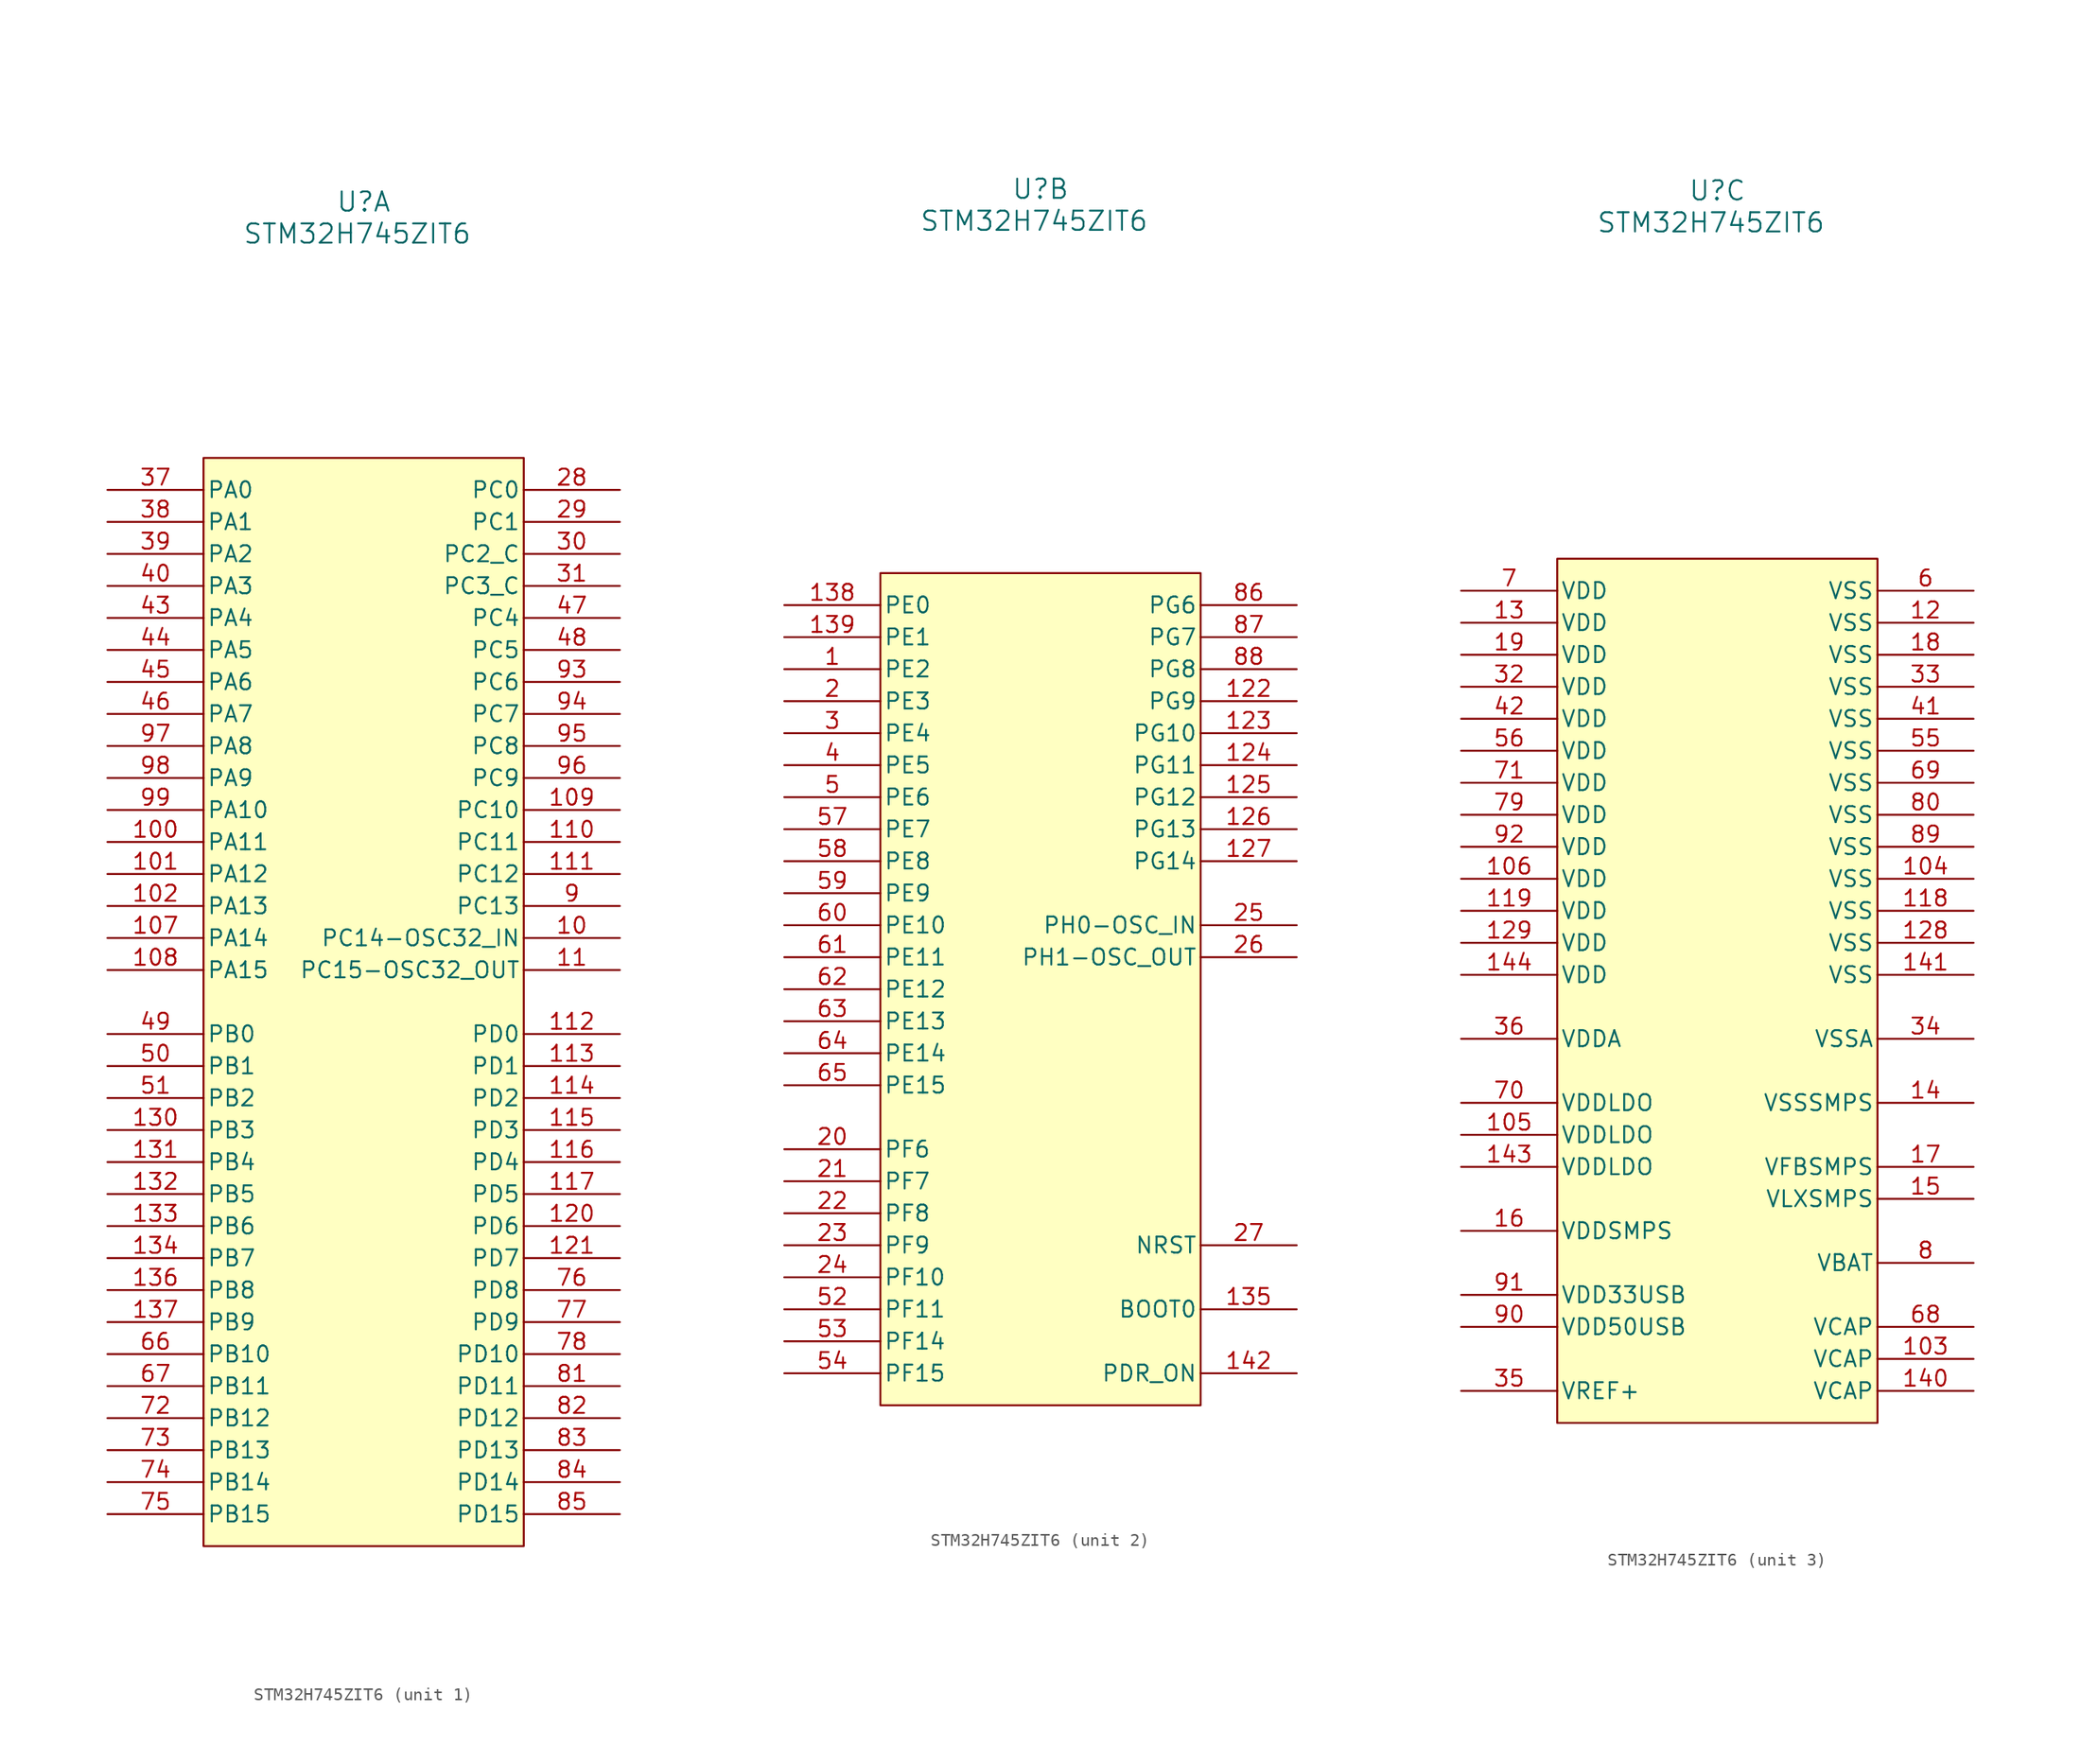
<source format=kicad_sym>
(kicad_symbol_lib
  (version 20241209)
  (generator "kicad_symbol_editor")
  (generator_version "9.0")
  (symbol "STM32H745ZIT6"
    (pin_names
      (offset 0.254))
    (property "Reference" "U"
      (at 0 63.5 0)
      (do_not_autoplace)
      (effects (font (size 1.524 1.524))))
    (property "Value" "STM32H745ZIT6"
      (at -0.508 60.96 0)
      (do_not_autoplace)
      (effects (font (size 1.524 1.524))))
    (property "Manufacturer" ""
      (at 0 0 0)
      (effects (font (size 1.27 1.27))))
    (property "MPN" ""
      (at 0 0 0)
      (effects (font (size 1.27 1.27))))
    (property "DKPN" ""
      (at 0 0 0)
      (effects (font (size 1.27 1.27))))
    (property "ki_locked" ""
      (at 0 0 0)
      (effects (font (size 1.27 1.27))))
    (symbol "STM32H745ZIT6_1_1"
      (rectangle (start -12.7 43.18) (end 12.7 -43.18) (stroke (width 0) (type default)) (fill (type background)))
      (pin bidirectional line (at -20.32 40.64 0) (length 7.62) (name "PA0" (effects (font (size 1.27 1.27)))) (number "37" (effects (font (size 1.27 1.27)))))
      (pin bidirectional line (at -20.32 38.1 0) (length 7.62) (name "PA1" (effects (font (size 1.27 1.27)))) (number "38" (effects (font (size 1.27 1.27)))))
      (pin bidirectional line (at -20.32 35.56 0) (length 7.62) (name "PA2" (effects (font (size 1.27 1.27)))) (number "39" (effects (font (size 1.27 1.27)))))
      (pin bidirectional line (at -20.32 33.02 0) (length 7.62) (name "PA3" (effects (font (size 1.27 1.27)))) (number "40" (effects (font (size 1.27 1.27)))))
      (pin bidirectional line (at -20.32 30.48 0) (length 7.62) (name "PA4" (effects (font (size 1.27 1.27)))) (number "43" (effects (font (size 1.27 1.27)))))
      (pin bidirectional line (at -20.32 27.94 0) (length 7.62) (name "PA5" (effects (font (size 1.27 1.27)))) (number "44" (effects (font (size 1.27 1.27)))))
      (pin bidirectional line (at -20.32 25.4 0) (length 7.62) (name "PA6" (effects (font (size 1.27 1.27)))) (number "45" (effects (font (size 1.27 1.27)))))
      (pin bidirectional line (at -20.32 22.86 0) (length 7.62) (name "PA7" (effects (font (size 1.27 1.27)))) (number "46" (effects (font (size 1.27 1.27)))))
      (pin bidirectional line (at -20.32 20.32 0) (length 7.62) (name "PA8" (effects (font (size 1.27 1.27)))) (number "97" (effects (font (size 1.27 1.27)))))
      (pin bidirectional line (at -20.32 17.78 0) (length 7.62) (name "PA9" (effects (font (size 1.27 1.27)))) (number "98" (effects (font (size 1.27 1.27)))))
      (pin bidirectional line (at -20.32 15.24 0) (length 7.62) (name "PA10" (effects (font (size 1.27 1.27)))) (number "99" (effects (font (size 1.27 1.27)))))
      (pin bidirectional line (at -20.32 12.7 0) (length 7.62) (name "PA11" (effects (font (size 1.27 1.27)))) (number "100" (effects (font (size 1.27 1.27)))))
      (pin bidirectional line (at -20.32 10.16 0) (length 7.62) (name "PA12" (effects (font (size 1.27 1.27)))) (number "101" (effects (font (size 1.27 1.27)))))
      (pin bidirectional line (at -20.32 7.62 0) (length 7.62) (name "PA13" (effects (font (size 1.27 1.27)))) (number "102" (effects (font (size 1.27 1.27)))))
      (pin bidirectional line (at -20.32 5.08 0) (length 7.62) (name "PA14" (effects (font (size 1.27 1.27)))) (number "107" (effects (font (size 1.27 1.27)))))
      (pin bidirectional line (at -20.32 2.54 0) (length 7.62) (name "PA15" (effects (font (size 1.27 1.27)))) (number "108" (effects (font (size 1.27 1.27)))))
      (pin bidirectional line (at -20.32 -2.54 0) (length 7.62) (name "PB0" (effects (font (size 1.27 1.27)))) (number "49" (effects (font (size 1.27 1.27)))))
      (pin bidirectional line (at -20.32 -5.08 0) (length 7.62) (name "PB1" (effects (font (size 1.27 1.27)))) (number "50" (effects (font (size 1.27 1.27)))))
      (pin bidirectional line (at -20.32 -7.62 0) (length 7.62) (name "PB2" (effects (font (size 1.27 1.27)))) (number "51" (effects (font (size 1.27 1.27)))))
      (pin bidirectional line (at -20.32 -10.16 0) (length 7.62) (name "PB3" (effects (font (size 1.27 1.27)))) (number "130" (effects (font (size 1.27 1.27)))))
      (pin bidirectional line (at -20.32 -12.7 0) (length 7.62) (name "PB4" (effects (font (size 1.27 1.27)))) (number "131" (effects (font (size 1.27 1.27)))))
      (pin bidirectional line (at -20.32 -15.24 0) (length 7.62) (name "PB5" (effects (font (size 1.27 1.27)))) (number "132" (effects (font (size 1.27 1.27)))))
      (pin bidirectional line (at -20.32 -17.78 0) (length 7.62) (name "PB6" (effects (font (size 1.27 1.27)))) (number "133" (effects (font (size 1.27 1.27)))))
      (pin bidirectional line (at -20.32 -20.32 0) (length 7.62) (name "PB7" (effects (font (size 1.27 1.27)))) (number "134" (effects (font (size 1.27 1.27)))))
      (pin bidirectional line (at -20.32 -22.86 0) (length 7.62) (name "PB8" (effects (font (size 1.27 1.27)))) (number "136" (effects (font (size 1.27 1.27)))))
      (pin bidirectional line (at -20.32 -25.4 0) (length 7.62) (name "PB9" (effects (font (size 1.27 1.27)))) (number "137" (effects (font (size 1.27 1.27)))))
      (pin bidirectional line (at -20.32 -27.94 0) (length 7.62) (name "PB10" (effects (font (size 1.27 1.27)))) (number "66" (effects (font (size 1.27 1.27)))))
      (pin bidirectional line (at -20.32 -30.48 0) (length 7.62) (name "PB11" (effects (font (size 1.27 1.27)))) (number "67" (effects (font (size 1.27 1.27)))))
      (pin bidirectional line (at -20.32 -33.02 0) (length 7.62) (name "PB12" (effects (font (size 1.27 1.27)))) (number "72" (effects (font (size 1.27 1.27)))))
      (pin bidirectional line (at -20.32 -35.56 0) (length 7.62) (name "PB13" (effects (font (size 1.27 1.27)))) (number "73" (effects (font (size 1.27 1.27)))))
      (pin bidirectional line (at -20.32 -38.1 0) (length 7.62) (name "PB14" (effects (font (size 1.27 1.27)))) (number "74" (effects (font (size 1.27 1.27)))))
      (pin bidirectional line (at -20.32 -40.64 0) (length 7.62) (name "PB15" (effects (font (size 1.27 1.27)))) (number "75" (effects (font (size 1.27 1.27)))))
      (pin bidirectional line (at 20.32 40.64 180) (length 7.62) (name "PC0" (effects (font (size 1.27 1.27)))) (number "28" (effects (font (size 1.27 1.27)))))
      (pin bidirectional line (at 20.32 38.1 180) (length 7.62) (name "PC1" (effects (font (size 1.27 1.27)))) (number "29" (effects (font (size 1.27 1.27)))))
      (pin bidirectional line (at 20.32 35.56 180) (length 7.62) (name "PC2_C" (effects (font (size 1.27 1.27)))) (number "30" (effects (font (size 1.27 1.27)))))
      (pin bidirectional line (at 20.32 33.02 180) (length 7.62) (name "PC3_C" (effects (font (size 1.27 1.27)))) (number "31" (effects (font (size 1.27 1.27)))))
      (pin bidirectional line (at 20.32 30.48 180) (length 7.62) (name "PC4" (effects (font (size 1.27 1.27)))) (number "47" (effects (font (size 1.27 1.27)))))
      (pin bidirectional line (at 20.32 27.94 180) (length 7.62) (name "PC5" (effects (font (size 1.27 1.27)))) (number "48" (effects (font (size 1.27 1.27)))))
      (pin bidirectional line (at 20.32 25.4 180) (length 7.62) (name "PC6" (effects (font (size 1.27 1.27)))) (number "93" (effects (font (size 1.27 1.27)))))
      (pin bidirectional line (at 20.32 22.86 180) (length 7.62) (name "PC7" (effects (font (size 1.27 1.27)))) (number "94" (effects (font (size 1.27 1.27)))))
      (pin bidirectional line (at 20.32 20.32 180) (length 7.62) (name "PC8" (effects (font (size 1.27 1.27)))) (number "95" (effects (font (size 1.27 1.27)))))
      (pin bidirectional line (at 20.32 17.78 180) (length 7.62) (name "PC9" (effects (font (size 1.27 1.27)))) (number "96" (effects (font (size 1.27 1.27)))))
      (pin bidirectional line (at 20.32 15.24 180) (length 7.62) (name "PC10" (effects (font (size 1.27 1.27)))) (number "109" (effects (font (size 1.27 1.27)))))
      (pin bidirectional line (at 20.32 12.7 180) (length 7.62) (name "PC11" (effects (font (size 1.27 1.27)))) (number "110" (effects (font (size 1.27 1.27)))))
      (pin bidirectional line (at 20.32 10.16 180) (length 7.62) (name "PC12" (effects (font (size 1.27 1.27)))) (number "111" (effects (font (size 1.27 1.27)))))
      (pin bidirectional line (at 20.32 7.62 180) (length 7.62) (name "PC13" (effects (font (size 1.27 1.27)))) (number "9" (effects (font (size 1.27 1.27)))))
      (pin bidirectional line (at 20.32 5.08 180) (length 7.62) (name "PC14-OSC32_IN" (effects (font (size 1.27 1.27)))) (number "10" (effects (font (size 1.27 1.27)))))
      (pin bidirectional line (at 20.32 2.54 180) (length 7.62) (name "PC15-OSC32_OUT" (effects (font (size 1.27 1.27)))) (number "11" (effects (font (size 1.27 1.27)))))
      (pin bidirectional line (at 20.32 -2.54 180) (length 7.62) (name "PD0" (effects (font (size 1.27 1.27)))) (number "112" (effects (font (size 1.27 1.27)))))
      (pin bidirectional line (at 20.32 -5.08 180) (length 7.62) (name "PD1" (effects (font (size 1.27 1.27)))) (number "113" (effects (font (size 1.27 1.27)))))
      (pin bidirectional line (at 20.32 -7.62 180) (length 7.62) (name "PD2" (effects (font (size 1.27 1.27)))) (number "114" (effects (font (size 1.27 1.27)))))
      (pin bidirectional line (at 20.32 -10.16 180) (length 7.62) (name "PD3" (effects (font (size 1.27 1.27)))) (number "115" (effects (font (size 1.27 1.27)))))
      (pin bidirectional line (at 20.32 -12.7 180) (length 7.62) (name "PD4" (effects (font (size 1.27 1.27)))) (number "116" (effects (font (size 1.27 1.27)))))
      (pin bidirectional line (at 20.32 -15.24 180) (length 7.62) (name "PD5" (effects (font (size 1.27 1.27)))) (number "117" (effects (font (size 1.27 1.27)))))
      (pin bidirectional line (at 20.32 -17.78 180) (length 7.62) (name "PD6" (effects (font (size 1.27 1.27)))) (number "120" (effects (font (size 1.27 1.27)))))
      (pin bidirectional line (at 20.32 -20.32 180) (length 7.62) (name "PD7" (effects (font (size 1.27 1.27)))) (number "121" (effects (font (size 1.27 1.27)))))
      (pin bidirectional line (at 20.32 -22.86 180) (length 7.62) (name "PD8" (effects (font (size 1.27 1.27)))) (number "76" (effects (font (size 1.27 1.27)))))
      (pin bidirectional line (at 20.32 -25.4 180) (length 7.62) (name "PD9" (effects (font (size 1.27 1.27)))) (number "77" (effects (font (size 1.27 1.27)))))
      (pin bidirectional line (at 20.32 -27.94 180) (length 7.62) (name "PD10" (effects (font (size 1.27 1.27)))) (number "78" (effects (font (size 1.27 1.27)))))
      (pin bidirectional line (at 20.32 -30.48 180) (length 7.62) (name "PD11" (effects (font (size 1.27 1.27)))) (number "81" (effects (font (size 1.27 1.27)))))
      (pin bidirectional line (at 20.32 -33.02 180) (length 7.62) (name "PD12" (effects (font (size 1.27 1.27)))) (number "82" (effects (font (size 1.27 1.27)))))
      (pin bidirectional line (at 20.32 -35.56 180) (length 7.62) (name "PD13" (effects (font (size 1.27 1.27)))) (number "83" (effects (font (size 1.27 1.27)))))
      (pin bidirectional line (at 20.32 -38.1 180) (length 7.62) (name "PD14" (effects (font (size 1.27 1.27)))) (number "84" (effects (font (size 1.27 1.27)))))
      (pin bidirectional line (at 20.32 -40.64 180) (length 7.62) (name "PD15" (effects (font (size 1.27 1.27)))) (number "85" (effects (font (size 1.27 1.27))))))
    (symbol "STM32H745ZIT6_2_1"
      (rectangle (start -12.7 33.02) (end 12.7 -33.02) (stroke (width 0) (type default)) (fill (type background)))
      (pin bidirectional line (at -20.32 30.48 0) (length 7.62) (name "PE0" (effects (font (size 1.27 1.27)))) (number "138" (effects (font (size 1.27 1.27)))))
      (pin bidirectional line (at -20.32 27.94 0) (length 7.62) (name "PE1" (effects (font (size 1.27 1.27)))) (number "139" (effects (font (size 1.27 1.27)))))
      (pin bidirectional line (at -20.32 25.4 0) (length 7.62) (name "PE2" (effects (font (size 1.27 1.27)))) (number "1" (effects (font (size 1.27 1.27)))))
      (pin bidirectional line (at -20.32 22.86 0) (length 7.62) (name "PE3" (effects (font (size 1.27 1.27)))) (number "2" (effects (font (size 1.27 1.27)))))
      (pin bidirectional line (at -20.32 20.32 0) (length 7.62) (name "PE4" (effects (font (size 1.27 1.27)))) (number "3" (effects (font (size 1.27 1.27)))))
      (pin bidirectional line (at -20.32 17.78 0) (length 7.62) (name "PE5" (effects (font (size 1.27 1.27)))) (number "4" (effects (font (size 1.27 1.27)))))
      (pin bidirectional line (at -20.32 15.24 0) (length 7.62) (name "PE6" (effects (font (size 1.27 1.27)))) (number "5" (effects (font (size 1.27 1.27)))))
      (pin bidirectional line (at -20.32 12.7 0) (length 7.62) (name "PE7" (effects (font (size 1.27 1.27)))) (number "57" (effects (font (size 1.27 1.27)))))
      (pin bidirectional line (at -20.32 10.16 0) (length 7.62) (name "PE8" (effects (font (size 1.27 1.27)))) (number "58" (effects (font (size 1.27 1.27)))))
      (pin bidirectional line (at -20.32 7.62 0) (length 7.62) (name "PE9" (effects (font (size 1.27 1.27)))) (number "59" (effects (font (size 1.27 1.27)))))
      (pin bidirectional line (at -20.32 5.08 0) (length 7.62) (name "PE10" (effects (font (size 1.27 1.27)))) (number "60" (effects (font (size 1.27 1.27)))))
      (pin bidirectional line (at -20.32 2.54 0) (length 7.62) (name "PE11" (effects (font (size 1.27 1.27)))) (number "61" (effects (font (size 1.27 1.27)))))
      (pin bidirectional line (at -20.32 0 0) (length 7.62) (name "PE12" (effects (font (size 1.27 1.27)))) (number "62" (effects (font (size 1.27 1.27)))))
      (pin bidirectional line (at -20.32 -2.54 0) (length 7.62) (name "PE13" (effects (font (size 1.27 1.27)))) (number "63" (effects (font (size 1.27 1.27)))))
      (pin bidirectional line (at -20.32 -5.08 0) (length 7.62) (name "PE14" (effects (font (size 1.27 1.27)))) (number "64" (effects (font (size 1.27 1.27)))))
      (pin bidirectional line (at -20.32 -7.62 0) (length 7.62) (name "PE15" (effects (font (size 1.27 1.27)))) (number "65" (effects (font (size 1.27 1.27)))))
      (pin bidirectional line (at -20.32 -12.7 0) (length 7.62) (name "PF6" (effects (font (size 1.27 1.27)))) (number "20" (effects (font (size 1.27 1.27)))))
      (pin bidirectional line (at -20.32 -15.24 0) (length 7.62) (name "PF7" (effects (font (size 1.27 1.27)))) (number "21" (effects (font (size 1.27 1.27)))))
      (pin bidirectional line (at -20.32 -17.78 0) (length 7.62) (name "PF8" (effects (font (size 1.27 1.27)))) (number "22" (effects (font (size 1.27 1.27)))))
      (pin bidirectional line (at -20.32 -20.32 0) (length 7.62) (name "PF9" (effects (font (size 1.27 1.27)))) (number "23" (effects (font (size 1.27 1.27)))))
      (pin bidirectional line (at -20.32 -22.86 0) (length 7.62) (name "PF10" (effects (font (size 1.27 1.27)))) (number "24" (effects (font (size 1.27 1.27)))))
      (pin bidirectional line (at -20.32 -25.4 0) (length 7.62) (name "PF11" (effects (font (size 1.27 1.27)))) (number "52" (effects (font (size 1.27 1.27)))))
      (pin bidirectional line (at -20.32 -27.94 0) (length 7.62) (name "PF14" (effects (font (size 1.27 1.27)))) (number "53" (effects (font (size 1.27 1.27)))))
      (pin bidirectional line (at -20.32 -30.48 0) (length 7.62) (name "PF15" (effects (font (size 1.27 1.27)))) (number "54" (effects (font (size 1.27 1.27)))))
      (pin bidirectional line (at 20.32 30.48 180) (length 7.62) (name "PG6" (effects (font (size 1.27 1.27)))) (number "86" (effects (font (size 1.27 1.27)))))
      (pin bidirectional line (at 20.32 27.94 180) (length 7.62) (name "PG7" (effects (font (size 1.27 1.27)))) (number "87" (effects (font (size 1.27 1.27)))))
      (pin bidirectional line (at 20.32 25.4 180) (length 7.62) (name "PG8" (effects (font (size 1.27 1.27)))) (number "88" (effects (font (size 1.27 1.27)))))
      (pin bidirectional line (at 20.32 22.86 180) (length 7.62) (name "PG9" (effects (font (size 1.27 1.27)))) (number "122" (effects (font (size 1.27 1.27)))))
      (pin bidirectional line (at 20.32 20.32 180) (length 7.62) (name "PG10" (effects (font (size 1.27 1.27)))) (number "123" (effects (font (size 1.27 1.27)))))
      (pin bidirectional line (at 20.32 17.78 180) (length 7.62) (name "PG11" (effects (font (size 1.27 1.27)))) (number "124" (effects (font (size 1.27 1.27)))))
      (pin bidirectional line (at 20.32 15.24 180) (length 7.62) (name "PG12" (effects (font (size 1.27 1.27)))) (number "125" (effects (font (size 1.27 1.27)))))
      (pin bidirectional line (at 20.32 12.7 180) (length 7.62) (name "PG13" (effects (font (size 1.27 1.27)))) (number "126" (effects (font (size 1.27 1.27)))))
      (pin bidirectional line (at 20.32 10.16 180) (length 7.62) (name "PG14" (effects (font (size 1.27 1.27)))) (number "127" (effects (font (size 1.27 1.27)))))
      (pin bidirectional line (at 20.32 5.08 180) (length 7.62) (name "PH0-OSC_IN" (effects (font (size 1.27 1.27)))) (number "25" (effects (font (size 1.27 1.27)))))
      (pin bidirectional line (at 20.32 2.54 180) (length 7.62) (name "PH1-OSC_OUT" (effects (font (size 1.27 1.27)))) (number "26" (effects (font (size 1.27 1.27)))))
      (pin bidirectional line (at 20.32 -20.32 180) (length 7.62) (name "NRST" (effects (font (size 1.27 1.27)))) (number "27" (effects (font (size 1.27 1.27)))))
      (pin input line (at 20.32 -25.4 180) (length 7.62) (name "BOOT0" (effects (font (size 1.27 1.27)))) (number "135" (effects (font (size 1.27 1.27)))))
      (pin bidirectional line (at 20.32 -30.48 180) (length 7.62) (name "PDR_ON" (effects (font (size 1.27 1.27)))) (number "142" (effects (font (size 1.27 1.27))))))
    (symbol "STM32H745ZIT6_3_1"
      (rectangle (start -12.7 34.29) (end 12.7 -34.29) (stroke (width 0) (type default)) (fill (type background)))
      (pin power_in line (at -20.32 31.75 0) (length 7.62) (name "VDD" (effects (font (size 1.27 1.27)))) (number "7" (effects (font (size 1.27 1.27)))))
      (pin power_in line (at -20.32 29.21 0) (length 7.62) (name "VDD" (effects (font (size 1.27 1.27)))) (number "13" (effects (font (size 1.27 1.27)))))
      (pin power_in line (at -20.32 26.67 0) (length 7.62) (name "VDD" (effects (font (size 1.27 1.27)))) (number "19" (effects (font (size 1.27 1.27)))))
      (pin power_in line (at -20.32 24.13 0) (length 7.62) (name "VDD" (effects (font (size 1.27 1.27)))) (number "32" (effects (font (size 1.27 1.27)))))
      (pin power_in line (at -20.32 21.59 0) (length 7.62) (name "VDD" (effects (font (size 1.27 1.27)))) (number "42" (effects (font (size 1.27 1.27)))))
      (pin power_in line (at -20.32 19.05 0) (length 7.62) (name "VDD" (effects (font (size 1.27 1.27)))) (number "56" (effects (font (size 1.27 1.27)))))
      (pin power_in line (at -20.32 16.51 0) (length 7.62) (name "VDD" (effects (font (size 1.27 1.27)))) (number "71" (effects (font (size 1.27 1.27)))))
      (pin power_in line (at -20.32 13.97 0) (length 7.62) (name "VDD" (effects (font (size 1.27 1.27)))) (number "79" (effects (font (size 1.27 1.27)))))
      (pin power_in line (at -20.32 11.43 0) (length 7.62) (name "VDD" (effects (font (size 1.27 1.27)))) (number "92" (effects (font (size 1.27 1.27)))))
      (pin power_in line (at -20.32 8.89 0) (length 7.62) (name "VDD" (effects (font (size 1.27 1.27)))) (number "106" (effects (font (size 1.27 1.27)))))
      (pin power_in line (at -20.32 6.35 0) (length 7.62) (name "VDD" (effects (font (size 1.27 1.27)))) (number "119" (effects (font (size 1.27 1.27)))))
      (pin power_in line (at -20.32 3.81 0) (length 7.62) (name "VDD" (effects (font (size 1.27 1.27)))) (number "129" (effects (font (size 1.27 1.27)))))
      (pin power_in line (at -20.32 1.27 0) (length 7.62) (name "VDD" (effects (font (size 1.27 1.27)))) (number "144" (effects (font (size 1.27 1.27)))))
      (pin power_in line (at -20.32 -3.81 0) (length 7.62) (name "VDDA" (effects (font (size 1.27 1.27)))) (number "36" (effects (font (size 1.27 1.27)))))
      (pin power_in line (at -20.32 -8.89 0) (length 7.62) (name "VDDLDO" (effects (font (size 1.27 1.27)))) (number "70" (effects (font (size 1.27 1.27)))))
      (pin power_in line (at -20.32 -11.43 0) (length 7.62) (name "VDDLDO" (effects (font (size 1.27 1.27)))) (number "105" (effects (font (size 1.27 1.27)))))
      (pin power_in line (at -20.32 -13.97 0) (length 7.62) (name "VDDLDO" (effects (font (size 1.27 1.27)))) (number "143" (effects (font (size 1.27 1.27)))))
      (pin power_in line (at -20.32 -19.05 0) (length 7.62) (name "VDDSMPS" (effects (font (size 1.27 1.27)))) (number "16" (effects (font (size 1.27 1.27)))))
      (pin power_in line (at -20.32 -24.13 0) (length 7.62) (name "VDD33USB" (effects (font (size 1.27 1.27)))) (number "91" (effects (font (size 1.27 1.27)))))
      (pin power_in line (at -20.32 -26.67 0) (length 7.62) (name "VDD50USB" (effects (font (size 1.27 1.27)))) (number "90" (effects (font (size 1.27 1.27)))))
      (pin power_in line (at -20.32 -31.75 0) (length 7.62) (name "VREF+" (effects (font (size 1.27 1.27)))) (number "35" (effects (font (size 1.27 1.27)))))
      (pin power_in line (at 20.32 31.75 180) (length 7.62) (name "VSS" (effects (font (size 1.27 1.27)))) (number "6" (effects (font (size 1.27 1.27)))))
      (pin power_in line (at 20.32 29.21 180) (length 7.62) (name "VSS" (effects (font (size 1.27 1.27)))) (number "12" (effects (font (size 1.27 1.27)))))
      (pin power_in line (at 20.32 26.67 180) (length 7.62) (name "VSS" (effects (font (size 1.27 1.27)))) (number "18" (effects (font (size 1.27 1.27)))))
      (pin power_in line (at 20.32 24.13 180) (length 7.62) (name "VSS" (effects (font (size 1.27 1.27)))) (number "33" (effects (font (size 1.27 1.27)))))
      (pin power_in line (at 20.32 21.59 180) (length 7.62) (name "VSS" (effects (font (size 1.27 1.27)))) (number "41" (effects (font (size 1.27 1.27)))))
      (pin power_in line (at 20.32 19.05 180) (length 7.62) (name "VSS" (effects (font (size 1.27 1.27)))) (number "55" (effects (font (size 1.27 1.27)))))
      (pin power_in line (at 20.32 16.51 180) (length 7.62) (name "VSS" (effects (font (size 1.27 1.27)))) (number "69" (effects (font (size 1.27 1.27)))))
      (pin power_in line (at 20.32 13.97 180) (length 7.62) (name "VSS" (effects (font (size 1.27 1.27)))) (number "80" (effects (font (size 1.27 1.27)))))
      (pin power_in line (at 20.32 11.43 180) (length 7.62) (name "VSS" (effects (font (size 1.27 1.27)))) (number "89" (effects (font (size 1.27 1.27)))))
      (pin power_in line (at 20.32 8.89 180) (length 7.62) (name "VSS" (effects (font (size 1.27 1.27)))) (number "104" (effects (font (size 1.27 1.27)))))
      (pin power_in line (at 20.32 6.35 180) (length 7.62) (name "VSS" (effects (font (size 1.27 1.27)))) (number "118" (effects (font (size 1.27 1.27)))))
      (pin power_in line (at 20.32 3.81 180) (length 7.62) (name "VSS" (effects (font (size 1.27 1.27)))) (number "128" (effects (font (size 1.27 1.27)))))
      (pin power_in line (at 20.32 1.27 180) (length 7.62) (name "VSS" (effects (font (size 1.27 1.27)))) (number "141" (effects (font (size 1.27 1.27)))))
      (pin power_in line (at 20.32 -3.81 180) (length 7.62) (name "VSSA" (effects (font (size 1.27 1.27)))) (number "34" (effects (font (size 1.27 1.27)))))
      (pin power_in line (at 20.32 -8.89 180) (length 7.62) (name "VSSSMPS" (effects (font (size 1.27 1.27)))) (number "14" (effects (font (size 1.27 1.27)))))
      (pin power_in line (at 20.32 -13.97 180) (length 7.62) (name "VFBSMPS" (effects (font (size 1.27 1.27)))) (number "17" (effects (font (size 1.27 1.27)))))
      (pin power_in line (at 20.32 -16.51 180) (length 7.62) (name "VLXSMPS" (effects (font (size 1.27 1.27)))) (number "15" (effects (font (size 1.27 1.27)))))
      (pin power_in line (at 20.32 -21.59 180) (length 7.62) (name "VBAT" (effects (font (size 1.27 1.27)))) (number "8" (effects (font (size 1.27 1.27)))))
      (pin power_in line (at 20.32 -26.67 180) (length 7.62) (name "VCAP" (effects (font (size 1.27 1.27)))) (number "68" (effects (font (size 1.27 1.27)))))
      (pin power_in line (at 20.32 -29.21 180) (length 7.62) (name "VCAP" (effects (font (size 1.27 1.27)))) (number "103" (effects (font (size 1.27 1.27)))))
      (pin power_in line (at 20.32 -31.75 180) (length 7.62) (name "VCAP" (effects (font (size 1.27 1.27)))) (number "140" (effects (font (size 1.27 1.27))))))))
</source>
